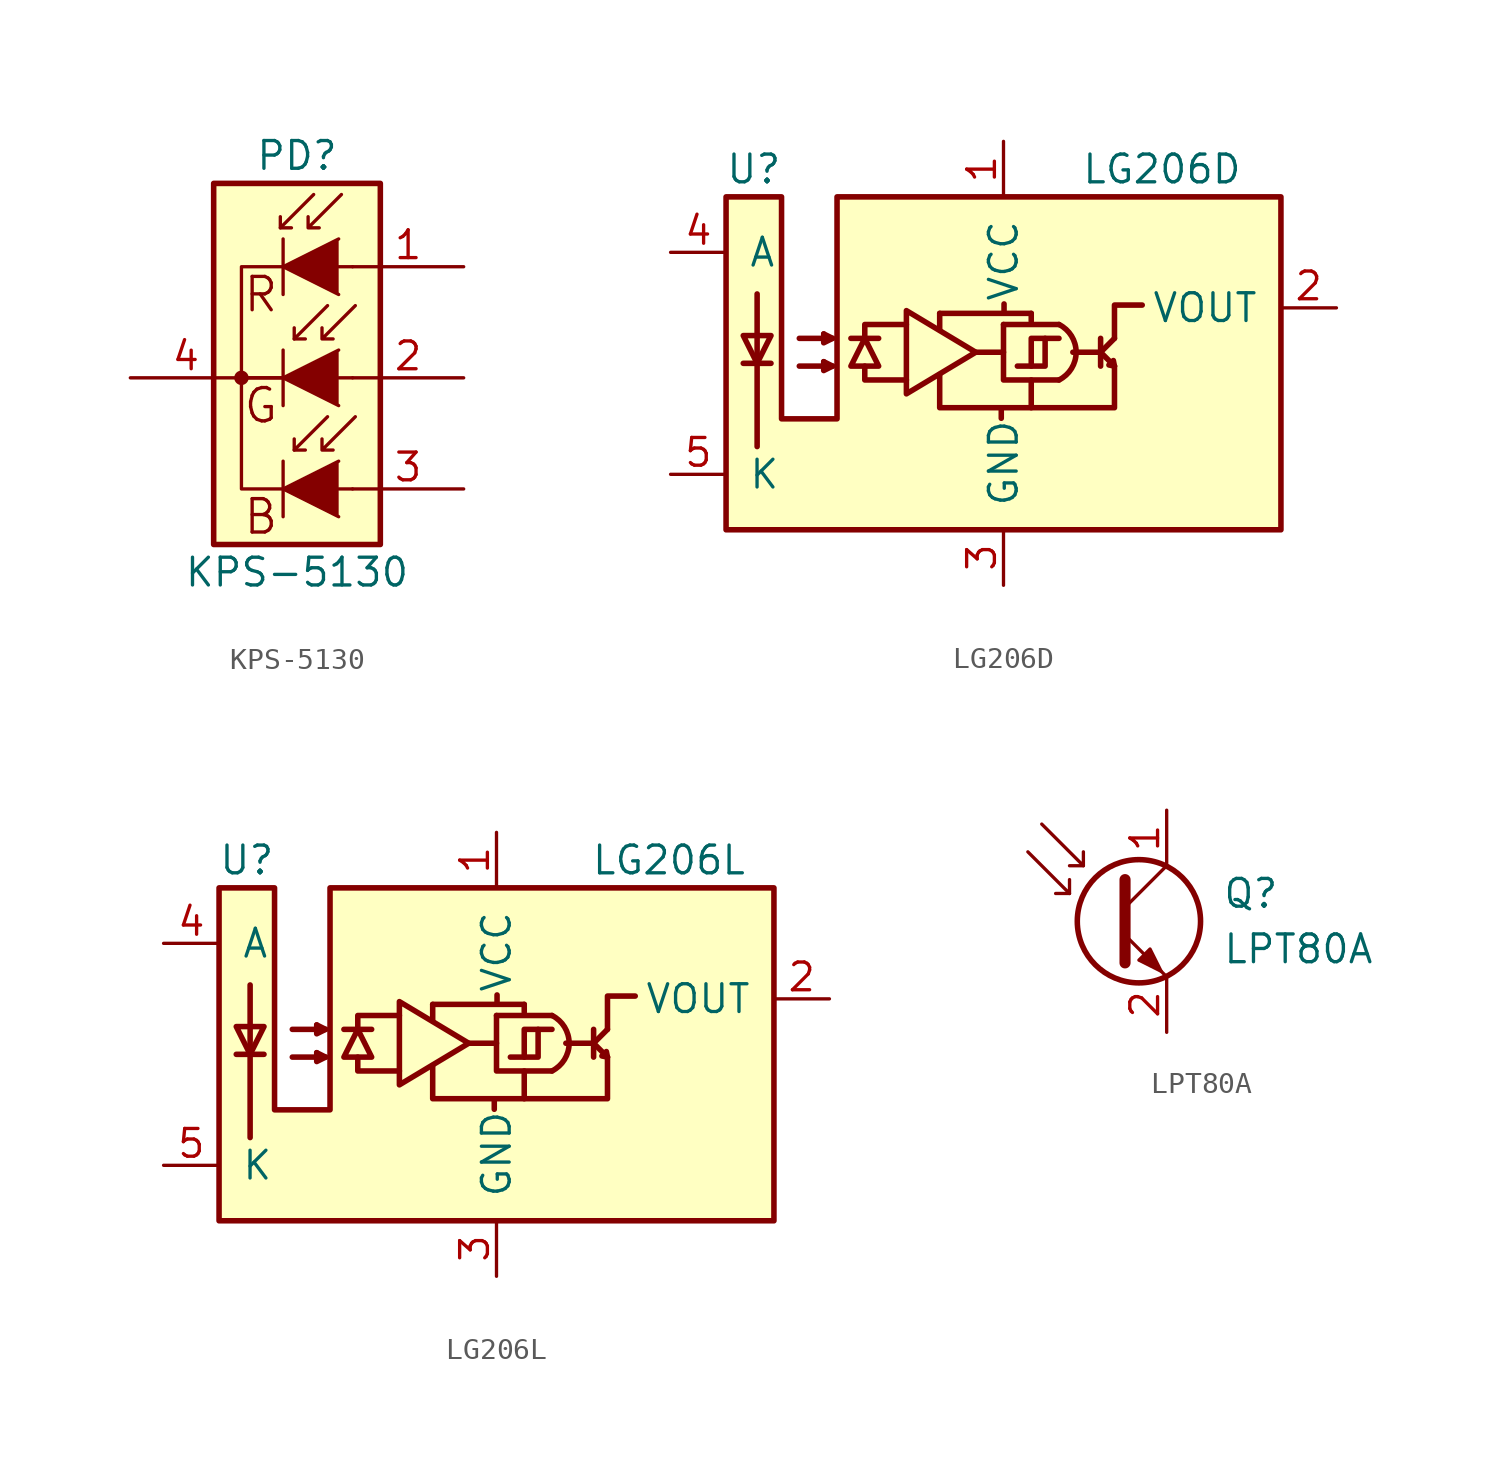
<source format=kicad_sym>
(kicad_symbol_lib
  (version 20211014)
  (generator kicad_symbol_editor)
  (symbol "KPS-5130"
    (pin_names
      (offset 1.016) hide)
    (property "Reference" "PD"
      (at 0 10.16 0)
      (effects (font (size 1.27 1.27))))
    (property "Value" "KPS-5130"
      (at 0 -8.89 0)
      (effects (font (size 1.27 1.27))))
    (symbol "KPS-5130_0_0"
      (text "B" (at -1.651 -6.35 0) (effects (font (size 1.524 1.524))))
      (text "G" (at -1.651 -1.27 0) (effects (font (size 1.524 1.524))))
      (text "R" (at -1.651 3.81 0) (effects (font (size 1.524 1.524)))))
    (symbol "KPS-5130_0_1"
      (circle (center -2.54 0) (radius 0.254) (stroke (width 0) (type default) (color 0 0 0 0)) (fill (type outline)))
      (polyline (pts (xy -0.762 6.858) (xy -0.254 6.858)) (stroke (width 0) (type default) (color 0 0 0 0)) (fill (type none)))
      (polyline (pts (xy -0.635 -3.81) (xy -0.635 -6.35)) (stroke (width 0.152) (type default) (color 0 0 0 0)) (fill (type none)))
      (polyline (pts (xy -0.635 1.27) (xy -0.635 -1.27)) (stroke (width 0.152) (type default) (color 0 0 0 0)) (fill (type none)))
      (polyline (pts (xy -0.635 6.35) (xy -0.635 3.81)) (stroke (width 0.152) (type default) (color 0 0 0 0)) (fill (type none)))
      (polyline (pts (xy -0.127 -3.302) (xy 0.381 -3.302)) (stroke (width 0) (type default) (color 0 0 0 0)) (fill (type none)))
      (polyline (pts (xy -0.127 1.778) (xy 0.381 1.778)) (stroke (width 0) (type default) (color 0 0 0 0)) (fill (type none)))
      (polyline (pts (xy 1.905 -5.08) (xy 2.54 -5.08)) (stroke (width 0) (type default) (color 0 0 0 0)) (fill (type none)))
      (polyline (pts (xy 1.905 0) (xy 2.54 0)) (stroke (width 0) (type default) (color 0 0 0 0)) (fill (type none)))
      (polyline (pts (xy 1.905 5.08) (xy 2.54 5.08)) (stroke (width 0) (type default) (color 0 0 0 0)) (fill (type none)))
      (polyline (pts (xy 0.762 8.382) (xy -0.762 6.858) (xy -0.762 7.366)) (stroke (width 0) (type default) (color 0 0 0 0)) (fill (type none)))
      (polyline (pts (xy 1.397 -1.778) (xy -0.127 -3.302) (xy -0.127 -2.794)) (stroke (width 0) (type default) (color 0 0 0 0)) (fill (type none)))
      (polyline (pts (xy 1.397 3.302) (xy -0.127 1.778) (xy -0.127 2.286)) (stroke (width 0) (type default) (color 0 0 0 0)) (fill (type none)))
      (polyline (pts (xy 1.905 -3.81) (xy -0.635 -5.08) (xy 1.905 -6.35)) (stroke (width 0) (type default) (color 0 0 0 0)) (fill (type outline)))
      (polyline (pts (xy 1.905 1.27) (xy -0.635 0) (xy 1.905 -1.27)) (stroke (width 0) (type default) (color 0 0 0 0)) (fill (type outline)))
      (polyline (pts (xy 1.905 6.35) (xy -0.635 5.08) (xy 1.905 3.81)) (stroke (width 0) (type default) (color 0 0 0 0)) (fill (type outline)))
      (polyline (pts (xy 0 0) (xy -2.54 0) (xy -2.54 -5.08) (xy 0 -5.08)) (stroke (width 0) (type default) (color 0 0 0 0)) (fill (type none)))
      (polyline (pts (xy 0 5.08) (xy -2.54 5.08) (xy -2.54 0) (xy 0 0)) (stroke (width 0) (type default) (color 0 0 0 0)) (fill (type none)))
      (polyline (pts (xy 2.032 8.382) (xy 0.508 6.858) (xy 0.508 7.366) (xy 0.508 6.858) (xy 1.016 6.858)) (stroke (width 0) (type default) (color 0 0 0 0)) (fill (type none)))
      (polyline (pts (xy 2.667 -1.778) (xy 1.143 -3.302) (xy 1.143 -2.794) (xy 1.143 -3.302) (xy 1.651 -3.302)) (stroke (width 0) (type default) (color 0 0 0 0)) (fill (type none)))
      (polyline (pts (xy 2.667 3.302) (xy 1.143 1.778) (xy 1.143 2.286) (xy 1.143 1.778) (xy 1.651 1.778)) (stroke (width 0) (type default) (color 0 0 0 0)) (fill (type none))))
    (symbol "KPS-5130_1_1"
      (rectangle (start -3.81 8.89) (end 3.81 -7.62) (stroke (width 0.254) (type default) (color 0 0 0 0)) (fill (type background)))
      (pin passive line (at 7.62 5.08 180) (length 5.08) (name "AR" (effects (font (size 1.27 1.27)))) (number "1" (effects (font (size 1.27 1.27)))))
      (pin passive line (at 7.62 0 180) (length 5.08) (name "AG" (effects (font (size 1.27 1.27)))) (number "2" (effects (font (size 1.27 1.27)))))
      (pin passive line (at 7.62 -5.08 180) (length 5.08) (name "AB" (effects (font (size 1.27 1.27)))) (number "3" (effects (font (size 1.27 1.27)))))
      (pin passive line (at -7.62 0 0) (length 5.08) (name "C" (effects (font (size 1.27 1.27)))) (number "4" (effects (font (size 1.27 1.27)))))))
  (symbol "LG206D"
    (pin_names
      (offset 1.016))
    (property "Reference" "U"
      (at -11.43 8.89 0)
      (effects (font (size 1.27 1.27))))
    (property "Value" "LG206D"
      (at 3.556 8.89 0)
      (effects (font (size 1.27 1.27)) (justify left)))
    (symbol "LG206D_0_1"
      (polyline (pts (xy -11.913 0) (xy -10.643 0)) (stroke (width 0.254) (type default) (color 0 0 0 0)) (fill (type none)))
      (polyline (pts (xy -11.278 -3.81) (xy -11.278 3.175)) (stroke (width 0.254) (type default) (color 0 0 0 0)) (fill (type none)))
      (polyline (pts (xy -6.985 1.143) (xy -5.715 1.143)) (stroke (width 0.254) (type default) (color 0 0 0 0)) (fill (type none)))
      (polyline (pts (xy -2.921 1.524) (xy -2.921 2.286)) (stroke (width 0.254) (type default) (color 0 0 0 0)) (fill (type none)))
      (polyline (pts (xy -2.921 2.286) (xy 1.27 2.286)) (stroke (width 0.254) (type default) (color 0 0 0 0)) (fill (type none)))
      (polyline (pts (xy -1.27 0.508) (xy 0 0.508)) (stroke (width 0.254) (type default) (color 0 0 0 0)) (fill (type none)))
      (polyline (pts (xy -0.102 -2.515) (xy -0.102 -2.083)) (stroke (width 0.254) (type default) (color 0 0 0 0)) (fill (type none)))
      (polyline (pts (xy 0 1.778) (xy 2.54 1.778)) (stroke (width 0.254) (type default) (color 0 0 0 0)) (fill (type none)))
      (polyline (pts (xy 0.025 2.311) (xy 0.025 2.718)) (stroke (width 0.254) (type default) (color 0 0 0 0)) (fill (type none)))
      (polyline (pts (xy 1.27 1.93) (xy 1.27 2.286)) (stroke (width 0.254) (type default) (color 0 0 0 0)) (fill (type none)))
      (polyline (pts (xy 3.175 0.508) (xy 4.445 0.508)) (stroke (width 0.254) (type default) (color 0 0 0 0)) (fill (type none)))
      (polyline (pts (xy 4.445 0.508) (xy 5.08 -0.127)) (stroke (width 0.254) (type default) (color 0 0 0 0)) (fill (type none)))
      (polyline (pts (xy 4.445 0.508) (xy 5.08 1.143)) (stroke (width 0.254) (type default) (color 0 0 0 0)) (fill (type none)))
      (polyline (pts (xy 4.445 1.143) (xy 4.445 -0.127)) (stroke (width 0.254) (type default) (color 0 0 0 0)) (fill (type none)))
      (polyline (pts (xy -9.347 -0.127) (xy -7.823 -0.127) (xy -8.23 0.076)) (stroke (width 0.254) (type default) (color 0 0 0 0)) (fill (type none)))
      (polyline (pts (xy -9.347 1.143) (xy -7.823 1.143) (xy -8.23 1.346)) (stroke (width 0.254) (type default) (color 0 0 0 0)) (fill (type none)))
      (polyline (pts (xy -8.23 0.076) (xy -8.23 -0.33) (xy -7.823 -0.127)) (stroke (width 0.254) (type default) (color 0 0 0 0)) (fill (type none)))
      (polyline (pts (xy -8.23 1.346) (xy -8.23 0.94) (xy -7.823 1.143)) (stroke (width 0.254) (type default) (color 0 0 0 0)) (fill (type none)))
      (polyline (pts (xy -6.35 -0.127) (xy -6.35 -0.762) (xy -4.445 -0.762)) (stroke (width 0.254) (type default) (color 0 0 0 0)) (fill (type none)))
      (polyline (pts (xy -6.35 1.143) (xy -6.35 1.778) (xy -4.445 1.778)) (stroke (width 0.254) (type default) (color 0 0 0 0)) (fill (type none)))
      (polyline (pts (xy 0 1.778) (xy 0 -0.762) (xy 2.54 -0.762)) (stroke (width 0.254) (type default) (color 0 0 0 0)) (fill (type none)))
      (polyline (pts (xy 1.27 -2.032) (xy -2.921 -2.032) (xy -2.921 -0.508)) (stroke (width 0.254) (type default) (color 0 0 0 0)) (fill (type none)))
      (polyline (pts (xy 1.905 1.143) (xy 1.27 1.143) (xy 1.27 -0.127)) (stroke (width 0.254) (type default) (color 0 0 0 0)) (fill (type none)))
      (polyline (pts (xy 5.08 1.143) (xy 5.08 2.667) (xy 6.35 2.667)) (stroke (width 0.254) (type default) (color 0 0 0 0)) (fill (type none)))
      (polyline (pts (xy -11.913 1.27) (xy -10.643 1.27) (xy -11.278 0) (xy -11.913 1.27)) (stroke (width 0.254) (type default) (color 0 0 0 0)) (fill (type none)))
      (polyline (pts (xy -6.985 -0.127) (xy -5.715 -0.127) (xy -6.35 1.143) (xy -6.985 -0.127)) (stroke (width 0.254) (type default) (color 0 0 0 0)) (fill (type none)))
      (polyline (pts (xy -4.445 2.413) (xy -4.445 -1.397) (xy -1.27 0.508) (xy -4.445 2.413)) (stroke (width 0.254) (type default) (color 0 0 0 0)) (fill (type none)))
      (polyline (pts (xy 0.635 -0.127) (xy 1.905 -0.127) (xy 1.905 1.143) (xy 2.54 1.143)) (stroke (width 0.254) (type default) (color 0 0 0 0)) (fill (type none)))
      (polyline (pts (xy 1.27 -0.762) (xy 1.27 -2.032) (xy 5.08 -2.032) (xy 5.08 -0.127)) (stroke (width 0.254) (type default) (color 0 0 0 0)) (fill (type none)))
      (polyline (pts (xy 5.08 -0.127) (xy 4.826 -0.076) (xy 5.029 0.127) (xy 5.08 -0.127)) (stroke (width 0.254) (type default) (color 0 0 0 0)) (fill (type none)))
      (polyline (pts (xy -12.7 -7.62) (xy 12.7 -7.62) (xy 12.7 7.62) (xy -7.62 7.62) (xy -7.62 -2.54) (xy -10.16 -2.54) (xy -10.16 7.62) (xy -12.7 7.62) (xy -12.7 -7.62)) (stroke (width 0.254) (type default) (color 0 0 0 0)) (fill (type background)))
      (arc (start 2.54 -0.762) (mid 3.3249 0.508) (end 2.54 1.778) (stroke (width 0.254) (type default) (color 0 0 0 0)) (fill (type none))))
    (symbol "LG206D_1_1"
      (pin power_in line (at 0 10.16 270) (length 2.54) (name "VCC" (effects (font (size 1.27 1.27)))) (number "1" (effects (font (size 1.27 1.27)))))
      (pin open_collector line (at 15.24 2.54 180) (length 2.54) (name "VOUT" (effects (font (size 1.27 1.27)))) (number "2" (effects (font (size 1.27 1.27)))))
      (pin power_in line (at 0 -10.16 90) (length 2.54) (name "GND" (effects (font (size 1.27 1.27)))) (number "3" (effects (font (size 1.27 1.27)))))
      (pin input line (at -15.24 5.08 0) (length 2.54) (name "A" (effects (font (size 1.27 1.27)))) (number "4" (effects (font (size 1.27 1.27)))))
      (pin input line (at -15.24 -5.08 0) (length 2.54) (name "K" (effects (font (size 1.27 1.27)))) (number "5" (effects (font (size 1.27 1.27)))))))
  (symbol "LG206L"
    (pin_names
      (offset 1.016))
    (property "Reference" "U"
      (at -11.43 8.89 0)
      (effects (font (size 1.27 1.27))))
    (property "Value" "LG206L"
      (at 4.318 8.89 0)
      (effects (font (size 1.27 1.27)) (justify left)))
    (symbol "LG206L_0_1"
      (polyline (pts (xy -11.913 0) (xy -10.643 0)) (stroke (width 0.254) (type default) (color 0 0 0 0)) (fill (type none)))
      (polyline (pts (xy -11.278 -3.81) (xy -11.278 3.175)) (stroke (width 0.254) (type default) (color 0 0 0 0)) (fill (type none)))
      (polyline (pts (xy -6.985 1.143) (xy -5.715 1.143)) (stroke (width 0.254) (type default) (color 0 0 0 0)) (fill (type none)))
      (polyline (pts (xy -2.921 1.524) (xy -2.921 2.286)) (stroke (width 0.254) (type default) (color 0 0 0 0)) (fill (type none)))
      (polyline (pts (xy -2.921 2.286) (xy 1.27 2.286)) (stroke (width 0.254) (type default) (color 0 0 0 0)) (fill (type none)))
      (polyline (pts (xy -1.27 0.508) (xy 0 0.508)) (stroke (width 0.254) (type default) (color 0 0 0 0)) (fill (type none)))
      (polyline (pts (xy -0.102 -2.515) (xy -0.102 -2.083)) (stroke (width 0.254) (type default) (color 0 0 0 0)) (fill (type none)))
      (polyline (pts (xy 0 1.778) (xy 2.54 1.778)) (stroke (width 0.254) (type default) (color 0 0 0 0)) (fill (type none)))
      (polyline (pts (xy 0.025 2.311) (xy 0.025 2.718)) (stroke (width 0.254) (type default) (color 0 0 0 0)) (fill (type none)))
      (polyline (pts (xy 1.27 1.93) (xy 1.27 2.286)) (stroke (width 0.254) (type default) (color 0 0 0 0)) (fill (type none)))
      (polyline (pts (xy 3.175 0.508) (xy 4.445 0.508)) (stroke (width 0.254) (type default) (color 0 0 0 0)) (fill (type none)))
      (polyline (pts (xy 4.445 0.508) (xy 5.08 -0.127)) (stroke (width 0.254) (type default) (color 0 0 0 0)) (fill (type none)))
      (polyline (pts (xy 4.445 0.508) (xy 5.08 1.143)) (stroke (width 0.254) (type default) (color 0 0 0 0)) (fill (type none)))
      (polyline (pts (xy 4.445 1.143) (xy 4.445 -0.127)) (stroke (width 0.254) (type default) (color 0 0 0 0)) (fill (type none)))
      (polyline (pts (xy -9.347 -0.127) (xy -7.823 -0.127) (xy -8.23 0.076)) (stroke (width 0.254) (type default) (color 0 0 0 0)) (fill (type none)))
      (polyline (pts (xy -9.347 1.143) (xy -7.823 1.143) (xy -8.23 1.346)) (stroke (width 0.254) (type default) (color 0 0 0 0)) (fill (type none)))
      (polyline (pts (xy -8.23 0.076) (xy -8.23 -0.33) (xy -7.823 -0.127)) (stroke (width 0.254) (type default) (color 0 0 0 0)) (fill (type none)))
      (polyline (pts (xy -8.23 1.346) (xy -8.23 0.94) (xy -7.823 1.143)) (stroke (width 0.254) (type default) (color 0 0 0 0)) (fill (type none)))
      (polyline (pts (xy -6.35 -0.127) (xy -6.35 -0.762) (xy -4.445 -0.762)) (stroke (width 0.254) (type default) (color 0 0 0 0)) (fill (type none)))
      (polyline (pts (xy -6.35 1.143) (xy -6.35 1.778) (xy -4.445 1.778)) (stroke (width 0.254) (type default) (color 0 0 0 0)) (fill (type none)))
      (polyline (pts (xy 0 1.778) (xy 0 -0.762) (xy 2.54 -0.762)) (stroke (width 0.254) (type default) (color 0 0 0 0)) (fill (type none)))
      (polyline (pts (xy 1.27 -2.032) (xy -2.921 -2.032) (xy -2.921 -0.508)) (stroke (width 0.254) (type default) (color 0 0 0 0)) (fill (type none)))
      (polyline (pts (xy 1.905 1.143) (xy 1.27 1.143) (xy 1.27 -0.127)) (stroke (width 0.254) (type default) (color 0 0 0 0)) (fill (type none)))
      (polyline (pts (xy 5.08 1.143) (xy 5.08 2.667) (xy 6.35 2.667)) (stroke (width 0.254) (type default) (color 0 0 0 0)) (fill (type none)))
      (polyline (pts (xy -11.913 1.27) (xy -10.643 1.27) (xy -11.278 0) (xy -11.913 1.27)) (stroke (width 0.254) (type default) (color 0 0 0 0)) (fill (type none)))
      (polyline (pts (xy -6.985 -0.127) (xy -5.715 -0.127) (xy -6.35 1.143) (xy -6.985 -0.127)) (stroke (width 0.254) (type default) (color 0 0 0 0)) (fill (type none)))
      (polyline (pts (xy -4.445 2.413) (xy -4.445 -1.397) (xy -1.27 0.508) (xy -4.445 2.413)) (stroke (width 0.254) (type default) (color 0 0 0 0)) (fill (type none)))
      (polyline (pts (xy 0.635 -0.127) (xy 1.905 -0.127) (xy 1.905 1.143) (xy 2.54 1.143)) (stroke (width 0.254) (type default) (color 0 0 0 0)) (fill (type none)))
      (polyline (pts (xy 1.27 -0.762) (xy 1.27 -2.032) (xy 5.08 -2.032) (xy 5.08 -0.127)) (stroke (width 0.254) (type default) (color 0 0 0 0)) (fill (type none)))
      (polyline (pts (xy 5.08 -0.127) (xy 4.826 -0.076) (xy 5.029 0.127) (xy 5.08 -0.127)) (stroke (width 0.254) (type default) (color 0 0 0 0)) (fill (type none)))
      (polyline (pts (xy -12.7 -7.62) (xy 12.7 -7.62) (xy 12.7 7.62) (xy -7.62 7.62) (xy -7.62 -2.54) (xy -10.16 -2.54) (xy -10.16 7.62) (xy -12.7 7.62) (xy -12.7 -7.62)) (stroke (width 0.254) (type default) (color 0 0 0 0)) (fill (type background)))
      (arc (start 2.54 -0.762) (mid 3.3249 0.508) (end 2.54 1.778) (stroke (width 0.254) (type default) (color 0 0 0 0)) (fill (type none))))
    (symbol "LG206L_1_1"
      (pin power_in line (at 0 10.16 270) (length 2.54) (name "VCC" (effects (font (size 1.27 1.27)))) (number "1" (effects (font (size 1.27 1.27)))))
      (pin open_collector line (at 15.24 2.54 180) (length 2.54) (name "VOUT" (effects (font (size 1.27 1.27)))) (number "2" (effects (font (size 1.27 1.27)))))
      (pin power_in line (at 0 -10.16 90) (length 2.54) (name "GND" (effects (font (size 1.27 1.27)))) (number "3" (effects (font (size 1.27 1.27)))))
      (pin input line (at -15.24 5.08 0) (length 2.54) (name "A" (effects (font (size 1.27 1.27)))) (number "4" (effects (font (size 1.27 1.27)))))
      (pin input line (at -15.24 -5.08 0) (length 2.54) (name "K" (effects (font (size 1.27 1.27)))) (number "5" (effects (font (size 1.27 1.27)))))))
  (symbol "LPT80A"
    (pin_names
      (offset 0) hide)
    (property "Reference" "Q"
      (at 5.08 1.27 0)
      (effects (font (size 1.27 1.27)) (justify left)))
    (property "Value" "LPT80A"
      (at 5.08 -1.27 0)
      (effects (font (size 1.27 1.27)) (justify left)))
    (symbol "LPT80A_0_1"
      (polyline (pts (xy -1.905 1.27) (xy -2.54 1.27)) (stroke (width 0) (type default) (color 0 0 0 0)) (fill (type none)))
      (polyline (pts (xy -1.27 2.54) (xy -1.905 2.54)) (stroke (width 0) (type default) (color 0 0 0 0)) (fill (type none)))
      (polyline (pts (xy 0.635 0.635) (xy 2.54 2.54)) (stroke (width 0) (type default) (color 0 0 0 0)) (fill (type none)))
      (polyline (pts (xy -3.81 3.175) (xy -1.905 1.27) (xy -1.905 1.905)) (stroke (width 0) (type default) (color 0 0 0 0)) (fill (type none)))
      (polyline (pts (xy -3.175 4.445) (xy -1.27 2.54) (xy -1.27 3.175)) (stroke (width 0) (type default) (color 0 0 0 0)) (fill (type none)))
      (polyline (pts (xy 0.635 -0.635) (xy 2.54 -2.54) (xy 2.54 -2.54)) (stroke (width 0) (type default) (color 0 0 0 0)) (fill (type none)))
      (polyline (pts (xy 0.635 1.905) (xy 0.635 -1.905) (xy 0.635 -1.905)) (stroke (width 0.508) (type default) (color 0 0 0 0)) (fill (type none)))
      (polyline (pts (xy 1.27 -1.778) (xy 1.778 -1.27) (xy 2.286 -2.286) (xy 1.27 -1.778) (xy 1.27 -1.778)) (stroke (width 0) (type default) (color 0 0 0 0)) (fill (type outline)))
      (circle (center 1.27 0) (radius 2.819) (stroke (width 0.254) (type default) (color 0 0 0 0)) (fill (type none))))
    (symbol "LPT80A_1_1"
      (pin passive line (at 2.54 5.08 270) (length 2.54) (name "C" (effects (font (size 1.27 1.27)))) (number "1" (effects (font (size 1.27 1.27)))))
      (pin passive line (at 2.54 -5.08 90) (length 2.54) (name "E" (effects (font (size 1.27 1.27)))) (number "2" (effects (font (size 1.27 1.27))))))))
</source>
